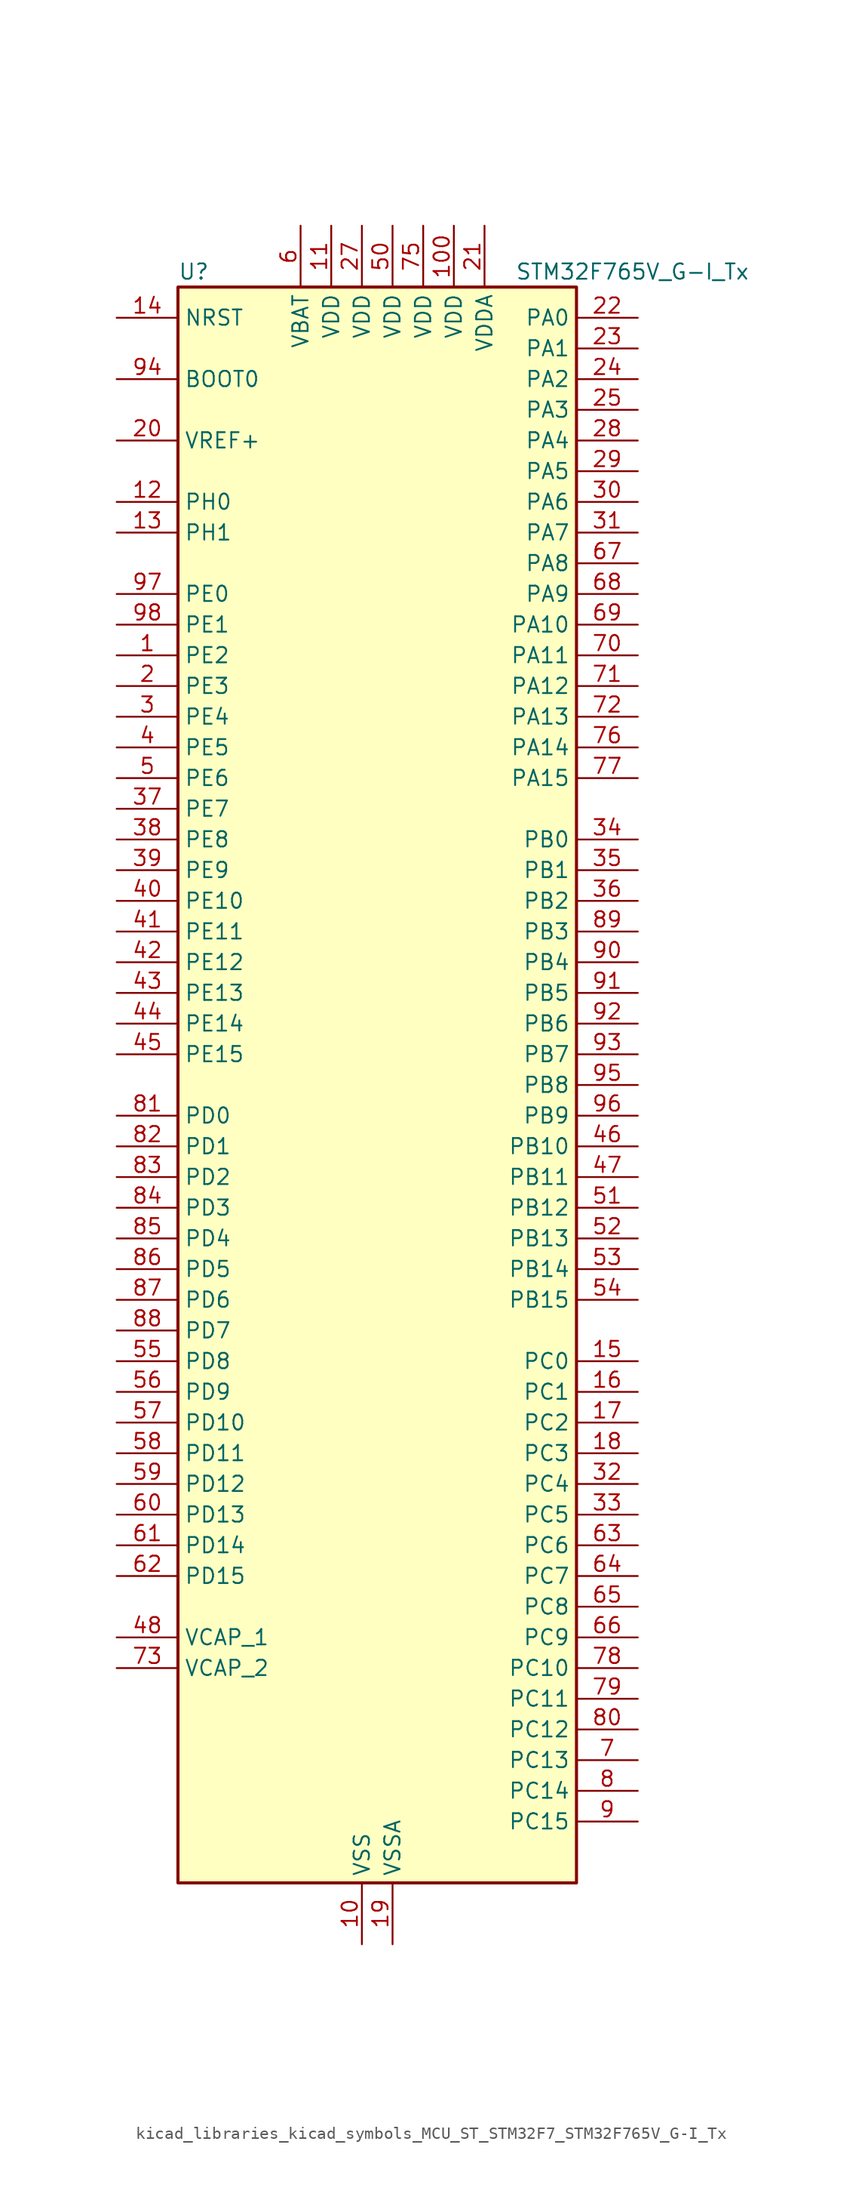
<source format=kicad_sym>
(kicad_symbol_lib
  (version 20220914)
  (generator kicad_symbol_editor)
  (symbol "kicad_libraries_kicad_symbols_MCU_ST_STM32F7_STM32F765V_G-I_Tx"
    (property "Reference" "U"
      (at -15.24 67.31 0)
      (effects (font (size 1.27 1.27)) (justify left)))
    (property "Value" "STM32F765V_G-I_Tx"
      (at 12.7 67.31 0)
      (effects (font (size 1.27 1.27)) (justify left)))
    (property "ki_locked" ""
      (at 0 0 0)
      (effects (font (size 1.27 1.27))))
    (symbol "kicad_libraries_kicad_symbols_MCU_ST_STM32F7_STM32F765V_G-I_Tx_0_1"
      (rectangle (start -15.24 -66.04) (end 17.78 66.04) (stroke (width 0.254) (type default)) (fill (type background))))
    (symbol "kicad_libraries_kicad_symbols_MCU_ST_STM32F7_STM32F765V_G-I_Tx_1_1"
      (pin bidirectional line (at -20.32 35.56 0) (length 5.08) (name "PE2" (effects (font (size 1.27 1.27)))) (number "1" (effects (font (size 1.27 1.27)))) (alternate "ETH_TXD3" bidirectional line) (alternate "FMC_A23" bidirectional line) (alternate "QUADSPI_BK1_IO2" bidirectional line) (alternate "SAI1_MCLK_A" bidirectional line) (alternate "SPI4_SCK" bidirectional line) (alternate "SYS_TRACECLK" bidirectional line))
      (pin power_in line (at 0 -71.12 90) (length 5.08) (name "VSS" (effects (font (size 1.27 1.27)))) (number "10" (effects (font (size 1.27 1.27)))))
      (pin power_in line (at 7.62 71.12 270) (length 5.08) (name "VDD" (effects (font (size 1.27 1.27)))) (number "100" (effects (font (size 1.27 1.27)))))
      (pin power_in line (at -2.54 71.12 270) (length 5.08) (name "VDD" (effects (font (size 1.27 1.27)))) (number "11" (effects (font (size 1.27 1.27)))))
      (pin bidirectional line (at -20.32 48.26 0) (length 5.08) (name "PH0" (effects (font (size 1.27 1.27)))) (number "12" (effects (font (size 1.27 1.27)))) (alternate "RCC_OSC_IN" bidirectional line))
      (pin bidirectional line (at -20.32 45.72 0) (length 5.08) (name "PH1" (effects (font (size 1.27 1.27)))) (number "13" (effects (font (size 1.27 1.27)))) (alternate "RCC_OSC_OUT" bidirectional line))
      (pin input line (at -20.32 63.5 0) (length 5.08) (name "NRST" (effects (font (size 1.27 1.27)))) (number "14" (effects (font (size 1.27 1.27)))))
      (pin bidirectional line (at 22.86 -22.86 180) (length 5.08) (name "PC0" (effects (font (size 1.27 1.27)))) (number "15" (effects (font (size 1.27 1.27)))) (alternate "ADC1_IN10" bidirectional line) (alternate "ADC2_IN10" bidirectional line) (alternate "ADC3_IN10" bidirectional line) (alternate "DFSDM1_CKIN0" bidirectional line) (alternate "DFSDM1_DATIN4" bidirectional line) (alternate "FMC_SDNWE" bidirectional line) (alternate "SAI2_FS_B" bidirectional line) (alternate "USB_OTG_HS_ULPI_STP" bidirectional line))
      (pin bidirectional line (at 22.86 -25.4 180) (length 5.08) (name "PC1" (effects (font (size 1.27 1.27)))) (number "16" (effects (font (size 1.27 1.27)))) (alternate "ADC1_IN11" bidirectional line) (alternate "ADC2_IN11" bidirectional line) (alternate "ADC3_IN11" bidirectional line) (alternate "DFSDM1_CKIN4" bidirectional line) (alternate "DFSDM1_DATIN0" bidirectional line) (alternate "ETH_MDC" bidirectional line) (alternate "I2S2_SD" bidirectional line) (alternate "MDIOS_MDC" bidirectional line) (alternate "RTC_TAMP3" bidirectional line) (alternate "RTC_TS" bidirectional line) (alternate "SAI1_SD_A" bidirectional line) (alternate "SPI2_MOSI" bidirectional line) (alternate "SYS_TRACED0" bidirectional line) (alternate "SYS_WKUP3" bidirectional line))
      (pin bidirectional line (at 22.86 -27.94 180) (length 5.08) (name "PC2" (effects (font (size 1.27 1.27)))) (number "17" (effects (font (size 1.27 1.27)))) (alternate "ADC1_IN12" bidirectional line) (alternate "ADC2_IN12" bidirectional line) (alternate "ADC3_IN12" bidirectional line) (alternate "DFSDM1_CKIN1" bidirectional line) (alternate "DFSDM1_CKOUT" bidirectional line) (alternate "ETH_TXD2" bidirectional line) (alternate "FMC_SDNE0" bidirectional line) (alternate "SPI2_MISO" bidirectional line) (alternate "USB_OTG_HS_ULPI_DIR" bidirectional line))
      (pin bidirectional line (at 22.86 -30.48 180) (length 5.08) (name "PC3" (effects (font (size 1.27 1.27)))) (number "18" (effects (font (size 1.27 1.27)))) (alternate "ADC1_IN13" bidirectional line) (alternate "ADC2_IN13" bidirectional line) (alternate "ADC3_IN13" bidirectional line) (alternate "DFSDM1_DATIN1" bidirectional line) (alternate "ETH_TX_CLK" bidirectional line) (alternate "FMC_SDCKE0" bidirectional line) (alternate "I2S2_SD" bidirectional line) (alternate "SPI2_MOSI" bidirectional line) (alternate "USB_OTG_HS_ULPI_NXT" bidirectional line))
      (pin power_in line (at 2.54 -71.12 90) (length 5.08) (name "VSSA" (effects (font (size 1.27 1.27)))) (number "19" (effects (font (size 1.27 1.27)))))
      (pin bidirectional line (at -20.32 33.02 0) (length 5.08) (name "PE3" (effects (font (size 1.27 1.27)))) (number "2" (effects (font (size 1.27 1.27)))) (alternate "FMC_A19" bidirectional line) (alternate "SAI1_SD_B" bidirectional line) (alternate "SYS_TRACED0" bidirectional line))
      (pin input line (at -20.32 53.34 0) (length 5.08) (name "VREF+" (effects (font (size 1.27 1.27)))) (number "20" (effects (font (size 1.27 1.27)))))
      (pin power_in line (at 10.16 71.12 270) (length 5.08) (name "VDDA" (effects (font (size 1.27 1.27)))) (number "21" (effects (font (size 1.27 1.27)))))
      (pin bidirectional line (at 22.86 63.5 180) (length 5.08) (name "PA0" (effects (font (size 1.27 1.27)))) (number "22" (effects (font (size 1.27 1.27)))) (alternate "ADC1_IN0" bidirectional line) (alternate "ADC2_IN0" bidirectional line) (alternate "ADC3_IN0" bidirectional line) (alternate "ETH_CRS" bidirectional line) (alternate "SAI2_SD_B" bidirectional line) (alternate "SYS_WKUP1" bidirectional line) (alternate "TIM2_CH1" bidirectional line) (alternate "TIM2_ETR" bidirectional line) (alternate "TIM5_CH1" bidirectional line) (alternate "TIM8_ETR" bidirectional line) (alternate "UART4_TX" bidirectional line) (alternate "USART2_CTS" bidirectional line))
      (pin bidirectional line (at 22.86 60.96 180) (length 5.08) (name "PA1" (effects (font (size 1.27 1.27)))) (number "23" (effects (font (size 1.27 1.27)))) (alternate "ADC1_IN1" bidirectional line) (alternate "ADC2_IN1" bidirectional line) (alternate "ADC3_IN1" bidirectional line) (alternate "ETH_REF_CLK" bidirectional line) (alternate "ETH_RX_CLK" bidirectional line) (alternate "QUADSPI_BK1_IO3" bidirectional line) (alternate "SAI2_MCLK_B" bidirectional line) (alternate "TIM2_CH2" bidirectional line) (alternate "TIM5_CH2" bidirectional line) (alternate "UART4_RX" bidirectional line) (alternate "USART2_DE" bidirectional line) (alternate "USART2_RTS" bidirectional line))
      (pin bidirectional line (at 22.86 58.42 180) (length 5.08) (name "PA2" (effects (font (size 1.27 1.27)))) (number "24" (effects (font (size 1.27 1.27)))) (alternate "ADC1_IN2" bidirectional line) (alternate "ADC2_IN2" bidirectional line) (alternate "ADC3_IN2" bidirectional line) (alternate "ETH_MDIO" bidirectional line) (alternate "MDIOS_MDIO" bidirectional line) (alternate "SAI2_SCK_B" bidirectional line) (alternate "SYS_WKUP2" bidirectional line) (alternate "TIM2_CH3" bidirectional line) (alternate "TIM5_CH3" bidirectional line) (alternate "TIM9_CH1" bidirectional line) (alternate "USART2_TX" bidirectional line))
      (pin bidirectional line (at 22.86 55.88 180) (length 5.08) (name "PA3" (effects (font (size 1.27 1.27)))) (number "25" (effects (font (size 1.27 1.27)))) (alternate "ADC1_IN3" bidirectional line) (alternate "ADC2_IN3" bidirectional line) (alternate "ADC3_IN3" bidirectional line) (alternate "ETH_COL" bidirectional line) (alternate "TIM2_CH4" bidirectional line) (alternate "TIM5_CH4" bidirectional line) (alternate "TIM9_CH2" bidirectional line) (alternate "USART2_RX" bidirectional line) (alternate "USB_OTG_HS_ULPI_D0" bidirectional line))
      (pin passive line (at 0 -71.12 90) (length 5.08) hide (name "VSS" (effects (font (size 1.27 1.27)))) (number "26" (effects (font (size 1.27 1.27)))))
      (pin power_in line (at 0 71.12 270) (length 5.08) (name "VDD" (effects (font (size 1.27 1.27)))) (number "27" (effects (font (size 1.27 1.27)))))
      (pin bidirectional line (at 22.86 53.34 180) (length 5.08) (name "PA4" (effects (font (size 1.27 1.27)))) (number "28" (effects (font (size 1.27 1.27)))) (alternate "ADC1_IN4" bidirectional line) (alternate "ADC2_IN4" bidirectional line) (alternate "DAC_OUT1" bidirectional line) (alternate "DCMI_HSYNC" bidirectional line) (alternate "I2S1_WS" bidirectional line) (alternate "I2S3_WS" bidirectional line) (alternate "SPI1_NSS" bidirectional line) (alternate "SPI3_NSS" bidirectional line) (alternate "SPI6_NSS" bidirectional line) (alternate "USART2_CK" bidirectional line) (alternate "USB_OTG_HS_SOF" bidirectional line))
      (pin bidirectional line (at 22.86 50.8 180) (length 5.08) (name "PA5" (effects (font (size 1.27 1.27)))) (number "29" (effects (font (size 1.27 1.27)))) (alternate "ADC1_IN5" bidirectional line) (alternate "ADC2_IN5" bidirectional line) (alternate "DAC_OUT2" bidirectional line) (alternate "I2S1_CK" bidirectional line) (alternate "SPI1_SCK" bidirectional line) (alternate "SPI6_SCK" bidirectional line) (alternate "TIM2_CH1" bidirectional line) (alternate "TIM2_ETR" bidirectional line) (alternate "TIM8_CH1N" bidirectional line) (alternate "USB_OTG_HS_ULPI_CK" bidirectional line))
      (pin bidirectional line (at -20.32 30.48 0) (length 5.08) (name "PE4" (effects (font (size 1.27 1.27)))) (number "3" (effects (font (size 1.27 1.27)))) (alternate "DCMI_D4" bidirectional line) (alternate "DFSDM1_DATIN3" bidirectional line) (alternate "FMC_A20" bidirectional line) (alternate "SAI1_FS_A" bidirectional line) (alternate "SPI4_NSS" bidirectional line) (alternate "SYS_TRACED1" bidirectional line))
      (pin bidirectional line (at 22.86 48.26 180) (length 5.08) (name "PA6" (effects (font (size 1.27 1.27)))) (number "30" (effects (font (size 1.27 1.27)))) (alternate "ADC1_IN6" bidirectional line) (alternate "ADC2_IN6" bidirectional line) (alternate "DCMI_PIXCLK" bidirectional line) (alternate "MDIOS_MDC" bidirectional line) (alternate "SPI1_MISO" bidirectional line) (alternate "SPI6_MISO" bidirectional line) (alternate "TIM13_CH1" bidirectional line) (alternate "TIM1_BKIN" bidirectional line) (alternate "TIM3_CH1" bidirectional line) (alternate "TIM8_BKIN" bidirectional line))
      (pin bidirectional line (at 22.86 45.72 180) (length 5.08) (name "PA7" (effects (font (size 1.27 1.27)))) (number "31" (effects (font (size 1.27 1.27)))) (alternate "ADC1_IN7" bidirectional line) (alternate "ADC2_IN7" bidirectional line) (alternate "ETH_CRS_DV" bidirectional line) (alternate "ETH_RX_DV" bidirectional line) (alternate "FMC_SDNWE" bidirectional line) (alternate "I2S1_SD" bidirectional line) (alternate "SPI1_MOSI" bidirectional line) (alternate "SPI6_MOSI" bidirectional line) (alternate "TIM14_CH1" bidirectional line) (alternate "TIM1_CH1N" bidirectional line) (alternate "TIM3_CH2" bidirectional line) (alternate "TIM8_CH1N" bidirectional line))
      (pin bidirectional line (at 22.86 -33.02 180) (length 5.08) (name "PC4" (effects (font (size 1.27 1.27)))) (number "32" (effects (font (size 1.27 1.27)))) (alternate "ADC1_IN14" bidirectional line) (alternate "ADC2_IN14" bidirectional line) (alternate "DFSDM1_CKIN2" bidirectional line) (alternate "ETH_RXD0" bidirectional line) (alternate "FMC_SDNE0" bidirectional line) (alternate "I2S1_MCK" bidirectional line) (alternate "SPDIFRX_IN2" bidirectional line))
      (pin bidirectional line (at 22.86 -35.56 180) (length 5.08) (name "PC5" (effects (font (size 1.27 1.27)))) (number "33" (effects (font (size 1.27 1.27)))) (alternate "ADC1_IN15" bidirectional line) (alternate "ADC2_IN15" bidirectional line) (alternate "DFSDM1_DATIN2" bidirectional line) (alternate "ETH_RXD1" bidirectional line) (alternate "FMC_SDCKE0" bidirectional line) (alternate "SPDIFRX_IN3" bidirectional line))
      (pin bidirectional line (at 22.86 20.32 180) (length 5.08) (name "PB0" (effects (font (size 1.27 1.27)))) (number "34" (effects (font (size 1.27 1.27)))) (alternate "ADC1_IN8" bidirectional line) (alternate "ADC2_IN8" bidirectional line) (alternate "DFSDM1_CKOUT" bidirectional line) (alternate "ETH_RXD2" bidirectional line) (alternate "TIM1_CH2N" bidirectional line) (alternate "TIM3_CH3" bidirectional line) (alternate "TIM8_CH2N" bidirectional line) (alternate "UART4_CTS" bidirectional line) (alternate "USB_OTG_HS_ULPI_D1" bidirectional line))
      (pin bidirectional line (at 22.86 17.78 180) (length 5.08) (name "PB1" (effects (font (size 1.27 1.27)))) (number "35" (effects (font (size 1.27 1.27)))) (alternate "ADC1_IN9" bidirectional line) (alternate "ADC2_IN9" bidirectional line) (alternate "DFSDM1_DATIN1" bidirectional line) (alternate "ETH_RXD3" bidirectional line) (alternate "TIM1_CH3N" bidirectional line) (alternate "TIM3_CH4" bidirectional line) (alternate "TIM8_CH3N" bidirectional line) (alternate "USB_OTG_HS_ULPI_D2" bidirectional line))
      (pin bidirectional line (at 22.86 15.24 180) (length 5.08) (name "PB2" (effects (font (size 1.27 1.27)))) (number "36" (effects (font (size 1.27 1.27)))) (alternate "DFSDM1_CKIN1" bidirectional line) (alternate "I2S3_SD" bidirectional line) (alternate "QUADSPI_CLK" bidirectional line) (alternate "SAI1_SD_A" bidirectional line) (alternate "SPI3_MOSI" bidirectional line))
      (pin bidirectional line (at -20.32 22.86 0) (length 5.08) (name "PE7" (effects (font (size 1.27 1.27)))) (number "37" (effects (font (size 1.27 1.27)))) (alternate "DFSDM1_DATIN2" bidirectional line) (alternate "FMC_D4" bidirectional line) (alternate "FMC_DA4" bidirectional line) (alternate "QUADSPI_BK2_IO0" bidirectional line) (alternate "TIM1_ETR" bidirectional line) (alternate "UART7_RX" bidirectional line))
      (pin bidirectional line (at -20.32 20.32 0) (length 5.08) (name "PE8" (effects (font (size 1.27 1.27)))) (number "38" (effects (font (size 1.27 1.27)))) (alternate "DFSDM1_CKIN2" bidirectional line) (alternate "FMC_D5" bidirectional line) (alternate "FMC_DA5" bidirectional line) (alternate "QUADSPI_BK2_IO1" bidirectional line) (alternate "TIM1_CH1N" bidirectional line) (alternate "UART7_TX" bidirectional line))
      (pin bidirectional line (at -20.32 17.78 0) (length 5.08) (name "PE9" (effects (font (size 1.27 1.27)))) (number "39" (effects (font (size 1.27 1.27)))) (alternate "DAC_EXTI9" bidirectional line) (alternate "DFSDM1_CKOUT" bidirectional line) (alternate "FMC_D6" bidirectional line) (alternate "FMC_DA6" bidirectional line) (alternate "QUADSPI_BK2_IO2" bidirectional line) (alternate "TIM1_CH1" bidirectional line) (alternate "UART7_DE" bidirectional line) (alternate "UART7_RTS" bidirectional line))
      (pin bidirectional line (at -20.32 27.94 0) (length 5.08) (name "PE5" (effects (font (size 1.27 1.27)))) (number "4" (effects (font (size 1.27 1.27)))) (alternate "DCMI_D6" bidirectional line) (alternate "DFSDM1_CKIN3" bidirectional line) (alternate "FMC_A21" bidirectional line) (alternate "SAI1_SCK_A" bidirectional line) (alternate "SPI4_MISO" bidirectional line) (alternate "SYS_TRACED2" bidirectional line) (alternate "TIM9_CH1" bidirectional line))
      (pin bidirectional line (at -20.32 15.24 0) (length 5.08) (name "PE10" (effects (font (size 1.27 1.27)))) (number "40" (effects (font (size 1.27 1.27)))) (alternate "DFSDM1_DATIN4" bidirectional line) (alternate "FMC_D7" bidirectional line) (alternate "FMC_DA7" bidirectional line) (alternate "QUADSPI_BK2_IO3" bidirectional line) (alternate "TIM1_CH2N" bidirectional line) (alternate "UART7_CTS" bidirectional line))
      (pin bidirectional line (at -20.32 12.7 0) (length 5.08) (name "PE11" (effects (font (size 1.27 1.27)))) (number "41" (effects (font (size 1.27 1.27)))) (alternate "ADC1_EXTI11" bidirectional line) (alternate "ADC2_EXTI11" bidirectional line) (alternate "ADC3_EXTI11" bidirectional line) (alternate "DFSDM1_CKIN4" bidirectional line) (alternate "FMC_D8" bidirectional line) (alternate "FMC_DA8" bidirectional line) (alternate "SAI2_SD_B" bidirectional line) (alternate "SPI4_NSS" bidirectional line) (alternate "TIM1_CH2" bidirectional line))
      (pin bidirectional line (at -20.32 10.16 0) (length 5.08) (name "PE12" (effects (font (size 1.27 1.27)))) (number "42" (effects (font (size 1.27 1.27)))) (alternate "DFSDM1_DATIN5" bidirectional line) (alternate "FMC_D9" bidirectional line) (alternate "FMC_DA9" bidirectional line) (alternate "SAI2_SCK_B" bidirectional line) (alternate "SPI4_SCK" bidirectional line) (alternate "TIM1_CH3N" bidirectional line))
      (pin bidirectional line (at -20.32 7.62 0) (length 5.08) (name "PE13" (effects (font (size 1.27 1.27)))) (number "43" (effects (font (size 1.27 1.27)))) (alternate "DFSDM1_CKIN5" bidirectional line) (alternate "FMC_D10" bidirectional line) (alternate "FMC_DA10" bidirectional line) (alternate "SAI2_FS_B" bidirectional line) (alternate "SPI4_MISO" bidirectional line) (alternate "TIM1_CH3" bidirectional line))
      (pin bidirectional line (at -20.32 5.08 0) (length 5.08) (name "PE14" (effects (font (size 1.27 1.27)))) (number "44" (effects (font (size 1.27 1.27)))) (alternate "FMC_D11" bidirectional line) (alternate "FMC_DA11" bidirectional line) (alternate "SAI2_MCLK_B" bidirectional line) (alternate "SPI4_MOSI" bidirectional line) (alternate "TIM1_CH4" bidirectional line))
      (pin bidirectional line (at -20.32 2.54 0) (length 5.08) (name "PE15" (effects (font (size 1.27 1.27)))) (number "45" (effects (font (size 1.27 1.27)))) (alternate "FMC_D12" bidirectional line) (alternate "FMC_DA12" bidirectional line) (alternate "TIM1_BKIN" bidirectional line))
      (pin bidirectional line (at 22.86 -5.08 180) (length 5.08) (name "PB10" (effects (font (size 1.27 1.27)))) (number "46" (effects (font (size 1.27 1.27)))) (alternate "DFSDM1_DATIN7" bidirectional line) (alternate "ETH_RX_ER" bidirectional line) (alternate "I2C2_SCL" bidirectional line) (alternate "I2S2_CK" bidirectional line) (alternate "QUADSPI_BK1_NCS" bidirectional line) (alternate "SPI2_SCK" bidirectional line) (alternate "TIM2_CH3" bidirectional line) (alternate "USART3_TX" bidirectional line) (alternate "USB_OTG_HS_ULPI_D3" bidirectional line))
      (pin bidirectional line (at 22.86 -7.62 180) (length 5.08) (name "PB11" (effects (font (size 1.27 1.27)))) (number "47" (effects (font (size 1.27 1.27)))) (alternate "ADC1_EXTI11" bidirectional line) (alternate "ADC2_EXTI11" bidirectional line) (alternate "ADC3_EXTI11" bidirectional line) (alternate "DFSDM1_CKIN7" bidirectional line) (alternate "ETH_TX_EN" bidirectional line) (alternate "I2C2_SDA" bidirectional line) (alternate "TIM2_CH4" bidirectional line) (alternate "USART3_RX" bidirectional line) (alternate "USB_OTG_HS_ULPI_D4" bidirectional line))
      (pin power_out line (at -20.32 -45.72 0) (length 5.08) (name "VCAP_1" (effects (font (size 1.27 1.27)))) (number "48" (effects (font (size 1.27 1.27)))))
      (pin passive line (at 0 -71.12 90) (length 5.08) hide (name "VSS" (effects (font (size 1.27 1.27)))) (number "49" (effects (font (size 1.27 1.27)))))
      (pin bidirectional line (at -20.32 25.4 0) (length 5.08) (name "PE6" (effects (font (size 1.27 1.27)))) (number "5" (effects (font (size 1.27 1.27)))) (alternate "DCMI_D7" bidirectional line) (alternate "FMC_A22" bidirectional line) (alternate "SAI1_SD_A" bidirectional line) (alternate "SAI2_MCLK_B" bidirectional line) (alternate "SPI4_MOSI" bidirectional line) (alternate "SYS_TRACED3" bidirectional line) (alternate "TIM1_BKIN2" bidirectional line) (alternate "TIM9_CH2" bidirectional line))
      (pin power_in line (at 2.54 71.12 270) (length 5.08) (name "VDD" (effects (font (size 1.27 1.27)))) (number "50" (effects (font (size 1.27 1.27)))))
      (pin bidirectional line (at 22.86 -10.16 180) (length 5.08) (name "PB12" (effects (font (size 1.27 1.27)))) (number "51" (effects (font (size 1.27 1.27)))) (alternate "CAN2_RX" bidirectional line) (alternate "DFSDM1_DATIN1" bidirectional line) (alternate "ETH_TXD0" bidirectional line) (alternate "I2C2_SMBA" bidirectional line) (alternate "I2S2_WS" bidirectional line) (alternate "SPI2_NSS" bidirectional line) (alternate "TIM1_BKIN" bidirectional line) (alternate "UART5_RX" bidirectional line) (alternate "USART3_CK" bidirectional line) (alternate "USB_OTG_HS_ID" bidirectional line) (alternate "USB_OTG_HS_ULPI_D5" bidirectional line))
      (pin bidirectional line (at 22.86 -12.7 180) (length 5.08) (name "PB13" (effects (font (size 1.27 1.27)))) (number "52" (effects (font (size 1.27 1.27)))) (alternate "CAN2_TX" bidirectional line) (alternate "DFSDM1_CKIN1" bidirectional line) (alternate "ETH_TXD1" bidirectional line) (alternate "I2S2_CK" bidirectional line) (alternate "SPI2_SCK" bidirectional line) (alternate "TIM1_CH1N" bidirectional line) (alternate "UART5_TX" bidirectional line) (alternate "USART3_CTS" bidirectional line) (alternate "USB_OTG_HS_ULPI_D6" bidirectional line) (alternate "USB_OTG_HS_VBUS" bidirectional line))
      (pin bidirectional line (at 22.86 -15.24 180) (length 5.08) (name "PB14" (effects (font (size 1.27 1.27)))) (number "53" (effects (font (size 1.27 1.27)))) (alternate "DFSDM1_DATIN2" bidirectional line) (alternate "SDMMC2_D0" bidirectional line) (alternate "SPI2_MISO" bidirectional line) (alternate "TIM12_CH1" bidirectional line) (alternate "TIM1_CH2N" bidirectional line) (alternate "TIM8_CH2N" bidirectional line) (alternate "UART4_DE" bidirectional line) (alternate "UART4_RTS" bidirectional line) (alternate "USART1_TX" bidirectional line) (alternate "USART3_DE" bidirectional line) (alternate "USART3_RTS" bidirectional line) (alternate "USB_OTG_HS_DM" bidirectional line))
      (pin bidirectional line (at 22.86 -17.78 180) (length 5.08) (name "PB15" (effects (font (size 1.27 1.27)))) (number "54" (effects (font (size 1.27 1.27)))) (alternate "DFSDM1_CKIN2" bidirectional line) (alternate "I2S2_SD" bidirectional line) (alternate "RTC_REFIN" bidirectional line) (alternate "SDMMC2_D1" bidirectional line) (alternate "SPI2_MOSI" bidirectional line) (alternate "TIM12_CH2" bidirectional line) (alternate "TIM1_CH3N" bidirectional line) (alternate "TIM8_CH3N" bidirectional line) (alternate "UART4_CTS" bidirectional line) (alternate "USART1_RX" bidirectional line) (alternate "USB_OTG_HS_DP" bidirectional line))
      (pin bidirectional line (at -20.32 -22.86 0) (length 5.08) (name "PD8" (effects (font (size 1.27 1.27)))) (number "55" (effects (font (size 1.27 1.27)))) (alternate "DFSDM1_CKIN3" bidirectional line) (alternate "FMC_D13" bidirectional line) (alternate "FMC_DA13" bidirectional line) (alternate "SPDIFRX_IN1" bidirectional line) (alternate "USART3_TX" bidirectional line))
      (pin bidirectional line (at -20.32 -25.4 0) (length 5.08) (name "PD9" (effects (font (size 1.27 1.27)))) (number "56" (effects (font (size 1.27 1.27)))) (alternate "DAC_EXTI9" bidirectional line) (alternate "DFSDM1_DATIN3" bidirectional line) (alternate "FMC_D14" bidirectional line) (alternate "FMC_DA14" bidirectional line) (alternate "USART3_RX" bidirectional line))
      (pin bidirectional line (at -20.32 -27.94 0) (length 5.08) (name "PD10" (effects (font (size 1.27 1.27)))) (number "57" (effects (font (size 1.27 1.27)))) (alternate "DFSDM1_CKOUT" bidirectional line) (alternate "FMC_D15" bidirectional line) (alternate "FMC_DA15" bidirectional line) (alternate "USART3_CK" bidirectional line))
      (pin bidirectional line (at -20.32 -30.48 0) (length 5.08) (name "PD11" (effects (font (size 1.27 1.27)))) (number "58" (effects (font (size 1.27 1.27)))) (alternate "ADC1_EXTI11" bidirectional line) (alternate "ADC2_EXTI11" bidirectional line) (alternate "ADC3_EXTI11" bidirectional line) (alternate "FMC_A16" bidirectional line) (alternate "FMC_CLE" bidirectional line) (alternate "I2C4_SMBA" bidirectional line) (alternate "QUADSPI_BK1_IO0" bidirectional line) (alternate "SAI2_SD_A" bidirectional line) (alternate "USART3_CTS" bidirectional line))
      (pin bidirectional line (at -20.32 -33.02 0) (length 5.08) (name "PD12" (effects (font (size 1.27 1.27)))) (number "59" (effects (font (size 1.27 1.27)))) (alternate "FMC_A17" bidirectional line) (alternate "FMC_ALE" bidirectional line) (alternate "I2C4_SCL" bidirectional line) (alternate "LPTIM1_IN1" bidirectional line) (alternate "QUADSPI_BK1_IO1" bidirectional line) (alternate "SAI2_FS_A" bidirectional line) (alternate "TIM4_CH1" bidirectional line) (alternate "USART3_DE" bidirectional line) (alternate "USART3_RTS" bidirectional line))
      (pin power_in line (at -5.08 71.12 270) (length 5.08) (name "VBAT" (effects (font (size 1.27 1.27)))) (number "6" (effects (font (size 1.27 1.27)))))
      (pin bidirectional line (at -20.32 -35.56 0) (length 5.08) (name "PD13" (effects (font (size 1.27 1.27)))) (number "60" (effects (font (size 1.27 1.27)))) (alternate "FMC_A18" bidirectional line) (alternate "I2C4_SDA" bidirectional line) (alternate "LPTIM1_OUT" bidirectional line) (alternate "QUADSPI_BK1_IO3" bidirectional line) (alternate "SAI2_SCK_A" bidirectional line) (alternate "TIM4_CH2" bidirectional line))
      (pin bidirectional line (at -20.32 -38.1 0) (length 5.08) (name "PD14" (effects (font (size 1.27 1.27)))) (number "61" (effects (font (size 1.27 1.27)))) (alternate "FMC_D0" bidirectional line) (alternate "FMC_DA0" bidirectional line) (alternate "TIM4_CH3" bidirectional line) (alternate "UART8_CTS" bidirectional line))
      (pin bidirectional line (at -20.32 -40.64 0) (length 5.08) (name "PD15" (effects (font (size 1.27 1.27)))) (number "62" (effects (font (size 1.27 1.27)))) (alternate "FMC_D1" bidirectional line) (alternate "FMC_DA1" bidirectional line) (alternate "TIM4_CH4" bidirectional line) (alternate "UART8_DE" bidirectional line) (alternate "UART8_RTS" bidirectional line))
      (pin bidirectional line (at 22.86 -38.1 180) (length 5.08) (name "PC6" (effects (font (size 1.27 1.27)))) (number "63" (effects (font (size 1.27 1.27)))) (alternate "DCMI_D0" bidirectional line) (alternate "DFSDM1_CKIN3" bidirectional line) (alternate "FMC_NWAIT" bidirectional line) (alternate "I2S2_MCK" bidirectional line) (alternate "SDMMC1_D6" bidirectional line) (alternate "SDMMC2_D6" bidirectional line) (alternate "TIM3_CH1" bidirectional line) (alternate "TIM8_CH1" bidirectional line) (alternate "USART6_TX" bidirectional line))
      (pin bidirectional line (at 22.86 -40.64 180) (length 5.08) (name "PC7" (effects (font (size 1.27 1.27)))) (number "64" (effects (font (size 1.27 1.27)))) (alternate "DCMI_D1" bidirectional line) (alternate "DFSDM1_DATIN3" bidirectional line) (alternate "FMC_NE1" bidirectional line) (alternate "I2S3_MCK" bidirectional line) (alternate "SDMMC1_D7" bidirectional line) (alternate "SDMMC2_D7" bidirectional line) (alternate "TIM3_CH2" bidirectional line) (alternate "TIM8_CH2" bidirectional line) (alternate "USART6_RX" bidirectional line))
      (pin bidirectional line (at 22.86 -43.18 180) (length 5.08) (name "PC8" (effects (font (size 1.27 1.27)))) (number "65" (effects (font (size 1.27 1.27)))) (alternate "DCMI_D2" bidirectional line) (alternate "FMC_NCE" bidirectional line) (alternate "FMC_NE2" bidirectional line) (alternate "SDMMC1_D0" bidirectional line) (alternate "SYS_TRACED1" bidirectional line) (alternate "TIM3_CH3" bidirectional line) (alternate "TIM8_CH3" bidirectional line) (alternate "UART5_DE" bidirectional line) (alternate "UART5_RTS" bidirectional line) (alternate "USART6_CK" bidirectional line))
      (pin bidirectional line (at 22.86 -45.72 180) (length 5.08) (name "PC9" (effects (font (size 1.27 1.27)))) (number "66" (effects (font (size 1.27 1.27)))) (alternate "DAC_EXTI9" bidirectional line) (alternate "DCMI_D3" bidirectional line) (alternate "I2C3_SDA" bidirectional line) (alternate "I2S_CKIN" bidirectional line) (alternate "QUADSPI_BK1_IO0" bidirectional line) (alternate "RCC_MCO_2" bidirectional line) (alternate "SDMMC1_D1" bidirectional line) (alternate "TIM3_CH4" bidirectional line) (alternate "TIM8_CH4" bidirectional line) (alternate "UART5_CTS" bidirectional line))
      (pin bidirectional line (at 22.86 43.18 180) (length 5.08) (name "PA8" (effects (font (size 1.27 1.27)))) (number "67" (effects (font (size 1.27 1.27)))) (alternate "CAN3_RX" bidirectional line) (alternate "I2C3_SCL" bidirectional line) (alternate "RCC_MCO_1" bidirectional line) (alternate "TIM1_CH1" bidirectional line) (alternate "TIM8_BKIN2" bidirectional line) (alternate "UART7_RX" bidirectional line) (alternate "USART1_CK" bidirectional line) (alternate "USB_OTG_FS_SOF" bidirectional line))
      (pin bidirectional line (at 22.86 40.64 180) (length 5.08) (name "PA9" (effects (font (size 1.27 1.27)))) (number "68" (effects (font (size 1.27 1.27)))) (alternate "DAC_EXTI9" bidirectional line) (alternate "DCMI_D0" bidirectional line) (alternate "I2C3_SMBA" bidirectional line) (alternate "I2S2_CK" bidirectional line) (alternate "SPI2_SCK" bidirectional line) (alternate "TIM1_CH2" bidirectional line) (alternate "USART1_TX" bidirectional line) (alternate "USB_OTG_FS_VBUS" bidirectional line))
      (pin bidirectional line (at 22.86 38.1 180) (length 5.08) (name "PA10" (effects (font (size 1.27 1.27)))) (number "69" (effects (font (size 1.27 1.27)))) (alternate "DCMI_D1" bidirectional line) (alternate "MDIOS_MDIO" bidirectional line) (alternate "TIM1_CH3" bidirectional line) (alternate "USART1_RX" bidirectional line) (alternate "USB_OTG_FS_ID" bidirectional line))
      (pin bidirectional line (at 22.86 -55.88 180) (length 5.08) (name "PC13" (effects (font (size 1.27 1.27)))) (number "7" (effects (font (size 1.27 1.27)))) (alternate "RTC_OUT" bidirectional line) (alternate "RTC_TAMP1" bidirectional line) (alternate "RTC_TS" bidirectional line) (alternate "SYS_WKUP4" bidirectional line))
      (pin bidirectional line (at 22.86 35.56 180) (length 5.08) (name "PA11" (effects (font (size 1.27 1.27)))) (number "70" (effects (font (size 1.27 1.27)))) (alternate "ADC1_EXTI11" bidirectional line) (alternate "ADC2_EXTI11" bidirectional line) (alternate "ADC3_EXTI11" bidirectional line) (alternate "CAN1_RX" bidirectional line) (alternate "I2S2_WS" bidirectional line) (alternate "SPI2_NSS" bidirectional line) (alternate "TIM1_CH4" bidirectional line) (alternate "UART4_RX" bidirectional line) (alternate "USART1_CTS" bidirectional line) (alternate "USB_OTG_FS_DM" bidirectional line))
      (pin bidirectional line (at 22.86 33.02 180) (length 5.08) (name "PA12" (effects (font (size 1.27 1.27)))) (number "71" (effects (font (size 1.27 1.27)))) (alternate "CAN1_TX" bidirectional line) (alternate "I2S2_CK" bidirectional line) (alternate "SAI2_FS_B" bidirectional line) (alternate "SPI2_SCK" bidirectional line) (alternate "TIM1_ETR" bidirectional line) (alternate "UART4_TX" bidirectional line) (alternate "USART1_DE" bidirectional line) (alternate "USART1_RTS" bidirectional line) (alternate "USB_OTG_FS_DP" bidirectional line))
      (pin bidirectional line (at 22.86 30.48 180) (length 5.08) (name "PA13" (effects (font (size 1.27 1.27)))) (number "72" (effects (font (size 1.27 1.27)))) (alternate "SYS_JTMS-SWDIO" bidirectional line))
      (pin power_out line (at -20.32 -48.26 0) (length 5.08) (name "VCAP_2" (effects (font (size 1.27 1.27)))) (number "73" (effects (font (size 1.27 1.27)))))
      (pin passive line (at 0 -71.12 90) (length 5.08) hide (name "VSS" (effects (font (size 1.27 1.27)))) (number "74" (effects (font (size 1.27 1.27)))))
      (pin power_in line (at 5.08 71.12 270) (length 5.08) (name "VDD" (effects (font (size 1.27 1.27)))) (number "75" (effects (font (size 1.27 1.27)))))
      (pin bidirectional line (at 22.86 27.94 180) (length 5.08) (name "PA14" (effects (font (size 1.27 1.27)))) (number "76" (effects (font (size 1.27 1.27)))) (alternate "SYS_JTCK-SWCLK" bidirectional line))
      (pin bidirectional line (at 22.86 25.4 180) (length 5.08) (name "PA15" (effects (font (size 1.27 1.27)))) (number "77" (effects (font (size 1.27 1.27)))) (alternate "CAN3_TX" bidirectional line) (alternate "CEC" bidirectional line) (alternate "I2S1_WS" bidirectional line) (alternate "I2S3_WS" bidirectional line) (alternate "SPI1_NSS" bidirectional line) (alternate "SPI3_NSS" bidirectional line) (alternate "SPI6_NSS" bidirectional line) (alternate "SYS_JTDI" bidirectional line) (alternate "TIM2_CH1" bidirectional line) (alternate "TIM2_ETR" bidirectional line) (alternate "UART4_DE" bidirectional line) (alternate "UART4_RTS" bidirectional line) (alternate "UART7_TX" bidirectional line))
      (pin bidirectional line (at 22.86 -48.26 180) (length 5.08) (name "PC10" (effects (font (size 1.27 1.27)))) (number "78" (effects (font (size 1.27 1.27)))) (alternate "DCMI_D8" bidirectional line) (alternate "DFSDM1_CKIN5" bidirectional line) (alternate "I2S3_CK" bidirectional line) (alternate "QUADSPI_BK1_IO1" bidirectional line) (alternate "SDMMC1_D2" bidirectional line) (alternate "SPI3_SCK" bidirectional line) (alternate "UART4_TX" bidirectional line) (alternate "USART3_TX" bidirectional line))
      (pin bidirectional line (at 22.86 -50.8 180) (length 5.08) (name "PC11" (effects (font (size 1.27 1.27)))) (number "79" (effects (font (size 1.27 1.27)))) (alternate "ADC1_EXTI11" bidirectional line) (alternate "ADC2_EXTI11" bidirectional line) (alternate "ADC3_EXTI11" bidirectional line) (alternate "DCMI_D4" bidirectional line) (alternate "DFSDM1_DATIN5" bidirectional line) (alternate "QUADSPI_BK2_NCS" bidirectional line) (alternate "SDMMC1_D3" bidirectional line) (alternate "SPI3_MISO" bidirectional line) (alternate "UART4_RX" bidirectional line) (alternate "USART3_RX" bidirectional line))
      (pin bidirectional line (at 22.86 -58.42 180) (length 5.08) (name "PC14" (effects (font (size 1.27 1.27)))) (number "8" (effects (font (size 1.27 1.27)))) (alternate "RCC_OSC32_IN" bidirectional line))
      (pin bidirectional line (at 22.86 -53.34 180) (length 5.08) (name "PC12" (effects (font (size 1.27 1.27)))) (number "80" (effects (font (size 1.27 1.27)))) (alternate "DCMI_D9" bidirectional line) (alternate "I2S3_SD" bidirectional line) (alternate "SDMMC1_CK" bidirectional line) (alternate "SPI3_MOSI" bidirectional line) (alternate "SYS_TRACED3" bidirectional line) (alternate "UART5_TX" bidirectional line) (alternate "USART3_CK" bidirectional line))
      (pin bidirectional line (at -20.32 -2.54 0) (length 5.08) (name "PD0" (effects (font (size 1.27 1.27)))) (number "81" (effects (font (size 1.27 1.27)))) (alternate "CAN1_RX" bidirectional line) (alternate "DFSDM1_CKIN6" bidirectional line) (alternate "DFSDM1_DATIN7" bidirectional line) (alternate "FMC_D2" bidirectional line) (alternate "FMC_DA2" bidirectional line) (alternate "UART4_RX" bidirectional line))
      (pin bidirectional line (at -20.32 -5.08 0) (length 5.08) (name "PD1" (effects (font (size 1.27 1.27)))) (number "82" (effects (font (size 1.27 1.27)))) (alternate "CAN1_TX" bidirectional line) (alternate "DFSDM1_CKIN7" bidirectional line) (alternate "DFSDM1_DATIN6" bidirectional line) (alternate "FMC_D3" bidirectional line) (alternate "FMC_DA3" bidirectional line) (alternate "UART4_TX" bidirectional line))
      (pin bidirectional line (at -20.32 -7.62 0) (length 5.08) (name "PD2" (effects (font (size 1.27 1.27)))) (number "83" (effects (font (size 1.27 1.27)))) (alternate "DCMI_D11" bidirectional line) (alternate "SDMMC1_CMD" bidirectional line) (alternate "SYS_TRACED2" bidirectional line) (alternate "TIM3_ETR" bidirectional line) (alternate "UART5_RX" bidirectional line))
      (pin bidirectional line (at -20.32 -10.16 0) (length 5.08) (name "PD3" (effects (font (size 1.27 1.27)))) (number "84" (effects (font (size 1.27 1.27)))) (alternate "DCMI_D5" bidirectional line) (alternate "DFSDM1_CKOUT" bidirectional line) (alternate "DFSDM1_DATIN0" bidirectional line) (alternate "FMC_CLK" bidirectional line) (alternate "I2S2_CK" bidirectional line) (alternate "SPI2_SCK" bidirectional line) (alternate "USART2_CTS" bidirectional line))
      (pin bidirectional line (at -20.32 -12.7 0) (length 5.08) (name "PD4" (effects (font (size 1.27 1.27)))) (number "85" (effects (font (size 1.27 1.27)))) (alternate "DFSDM1_CKIN0" bidirectional line) (alternate "FMC_NOE" bidirectional line) (alternate "USART2_DE" bidirectional line) (alternate "USART2_RTS" bidirectional line))
      (pin bidirectional line (at -20.32 -15.24 0) (length 5.08) (name "PD5" (effects (font (size 1.27 1.27)))) (number "86" (effects (font (size 1.27 1.27)))) (alternate "FMC_NWE" bidirectional line) (alternate "USART2_TX" bidirectional line))
      (pin bidirectional line (at -20.32 -17.78 0) (length 5.08) (name "PD6" (effects (font (size 1.27 1.27)))) (number "87" (effects (font (size 1.27 1.27)))) (alternate "DCMI_D10" bidirectional line) (alternate "DFSDM1_CKIN4" bidirectional line) (alternate "DFSDM1_DATIN1" bidirectional line) (alternate "FMC_NWAIT" bidirectional line) (alternate "I2S3_SD" bidirectional line) (alternate "SAI1_SD_A" bidirectional line) (alternate "SDMMC2_CK" bidirectional line) (alternate "SPI3_MOSI" bidirectional line) (alternate "USART2_RX" bidirectional line))
      (pin bidirectional line (at -20.32 -20.32 0) (length 5.08) (name "PD7" (effects (font (size 1.27 1.27)))) (number "88" (effects (font (size 1.27 1.27)))) (alternate "DFSDM1_CKIN1" bidirectional line) (alternate "DFSDM1_DATIN4" bidirectional line) (alternate "FMC_NE1" bidirectional line) (alternate "I2S1_SD" bidirectional line) (alternate "SDMMC2_CMD" bidirectional line) (alternate "SPDIFRX_IN0" bidirectional line) (alternate "SPI1_MOSI" bidirectional line) (alternate "USART2_CK" bidirectional line))
      (pin bidirectional line (at 22.86 12.7 180) (length 5.08) (name "PB3" (effects (font (size 1.27 1.27)))) (number "89" (effects (font (size 1.27 1.27)))) (alternate "CAN3_RX" bidirectional line) (alternate "I2S1_CK" bidirectional line) (alternate "I2S3_CK" bidirectional line) (alternate "SDMMC2_D2" bidirectional line) (alternate "SPI1_SCK" bidirectional line) (alternate "SPI3_SCK" bidirectional line) (alternate "SPI6_SCK" bidirectional line) (alternate "SYS_JTDO-SWO" bidirectional line) (alternate "TIM2_CH2" bidirectional line) (alternate "UART7_RX" bidirectional line))
      (pin bidirectional line (at 22.86 -60.96 180) (length 5.08) (name "PC15" (effects (font (size 1.27 1.27)))) (number "9" (effects (font (size 1.27 1.27)))) (alternate "RCC_OSC32_OUT" bidirectional line))
      (pin bidirectional line (at 22.86 10.16 180) (length 5.08) (name "PB4" (effects (font (size 1.27 1.27)))) (number "90" (effects (font (size 1.27 1.27)))) (alternate "CAN3_TX" bidirectional line) (alternate "I2S2_WS" bidirectional line) (alternate "SDMMC2_D3" bidirectional line) (alternate "SPI1_MISO" bidirectional line) (alternate "SPI2_NSS" bidirectional line) (alternate "SPI3_MISO" bidirectional line) (alternate "SPI6_MISO" bidirectional line) (alternate "SYS_JTRST" bidirectional line) (alternate "TIM3_CH1" bidirectional line) (alternate "UART7_TX" bidirectional line))
      (pin bidirectional line (at 22.86 7.62 180) (length 5.08) (name "PB5" (effects (font (size 1.27 1.27)))) (number "91" (effects (font (size 1.27 1.27)))) (alternate "CAN2_RX" bidirectional line) (alternate "DCMI_D10" bidirectional line) (alternate "ETH_PPS_OUT" bidirectional line) (alternate "FMC_SDCKE1" bidirectional line) (alternate "I2C1_SMBA" bidirectional line) (alternate "I2S1_SD" bidirectional line) (alternate "I2S3_SD" bidirectional line) (alternate "SPI1_MOSI" bidirectional line) (alternate "SPI3_MOSI" bidirectional line) (alternate "SPI6_MOSI" bidirectional line) (alternate "TIM3_CH2" bidirectional line) (alternate "UART5_RX" bidirectional line) (alternate "USB_OTG_HS_ULPI_D7" bidirectional line))
      (pin bidirectional line (at 22.86 5.08 180) (length 5.08) (name "PB6" (effects (font (size 1.27 1.27)))) (number "92" (effects (font (size 1.27 1.27)))) (alternate "CAN2_TX" bidirectional line) (alternate "CEC" bidirectional line) (alternate "DCMI_D5" bidirectional line) (alternate "DFSDM1_DATIN5" bidirectional line) (alternate "FMC_SDNE1" bidirectional line) (alternate "I2C1_SCL" bidirectional line) (alternate "I2C4_SCL" bidirectional line) (alternate "QUADSPI_BK1_NCS" bidirectional line) (alternate "TIM4_CH1" bidirectional line) (alternate "UART5_TX" bidirectional line) (alternate "USART1_TX" bidirectional line))
      (pin bidirectional line (at 22.86 2.54 180) (length 5.08) (name "PB7" (effects (font (size 1.27 1.27)))) (number "93" (effects (font (size 1.27 1.27)))) (alternate "DCMI_VSYNC" bidirectional line) (alternate "DFSDM1_CKIN5" bidirectional line) (alternate "FMC_NL" bidirectional line) (alternate "I2C1_SDA" bidirectional line) (alternate "I2C4_SDA" bidirectional line) (alternate "TIM4_CH2" bidirectional line) (alternate "USART1_RX" bidirectional line))
      (pin input line (at -20.32 58.42 0) (length 5.08) (name "BOOT0" (effects (font (size 1.27 1.27)))) (number "94" (effects (font (size 1.27 1.27)))))
      (pin bidirectional line (at 22.86 0 180) (length 5.08) (name "PB8" (effects (font (size 1.27 1.27)))) (number "95" (effects (font (size 1.27 1.27)))) (alternate "CAN1_RX" bidirectional line) (alternate "DCMI_D6" bidirectional line) (alternate "DFSDM1_CKIN7" bidirectional line) (alternate "ETH_TXD3" bidirectional line) (alternate "I2C1_SCL" bidirectional line) (alternate "I2C4_SCL" bidirectional line) (alternate "SDMMC1_D4" bidirectional line) (alternate "SDMMC2_D4" bidirectional line) (alternate "TIM10_CH1" bidirectional line) (alternate "TIM4_CH3" bidirectional line) (alternate "UART5_RX" bidirectional line))
      (pin bidirectional line (at 22.86 -2.54 180) (length 5.08) (name "PB9" (effects (font (size 1.27 1.27)))) (number "96" (effects (font (size 1.27 1.27)))) (alternate "CAN1_TX" bidirectional line) (alternate "DAC_EXTI9" bidirectional line) (alternate "DCMI_D7" bidirectional line) (alternate "DFSDM1_DATIN7" bidirectional line) (alternate "I2C1_SDA" bidirectional line) (alternate "I2C4_SDA" bidirectional line) (alternate "I2C4_SMBA" bidirectional line) (alternate "I2S2_WS" bidirectional line) (alternate "SDMMC1_D5" bidirectional line) (alternate "SDMMC2_D5" bidirectional line) (alternate "SPI2_NSS" bidirectional line) (alternate "TIM11_CH1" bidirectional line) (alternate "TIM4_CH4" bidirectional line) (alternate "UART5_TX" bidirectional line))
      (pin bidirectional line (at -20.32 40.64 0) (length 5.08) (name "PE0" (effects (font (size 1.27 1.27)))) (number "97" (effects (font (size 1.27 1.27)))) (alternate "DCMI_D2" bidirectional line) (alternate "FMC_NBL0" bidirectional line) (alternate "LPTIM1_ETR" bidirectional line) (alternate "SAI2_MCLK_A" bidirectional line) (alternate "TIM4_ETR" bidirectional line) (alternate "UART8_RX" bidirectional line))
      (pin bidirectional line (at -20.32 38.1 0) (length 5.08) (name "PE1" (effects (font (size 1.27 1.27)))) (number "98" (effects (font (size 1.27 1.27)))) (alternate "DCMI_D3" bidirectional line) (alternate "FMC_NBL1" bidirectional line) (alternate "LPTIM1_IN2" bidirectional line) (alternate "UART8_TX" bidirectional line))
      (pin passive line (at 0 -71.12 90) (length 5.08) hide (name "VSS" (effects (font (size 1.27 1.27)))) (number "99" (effects (font (size 1.27 1.27))))))))
</source>
